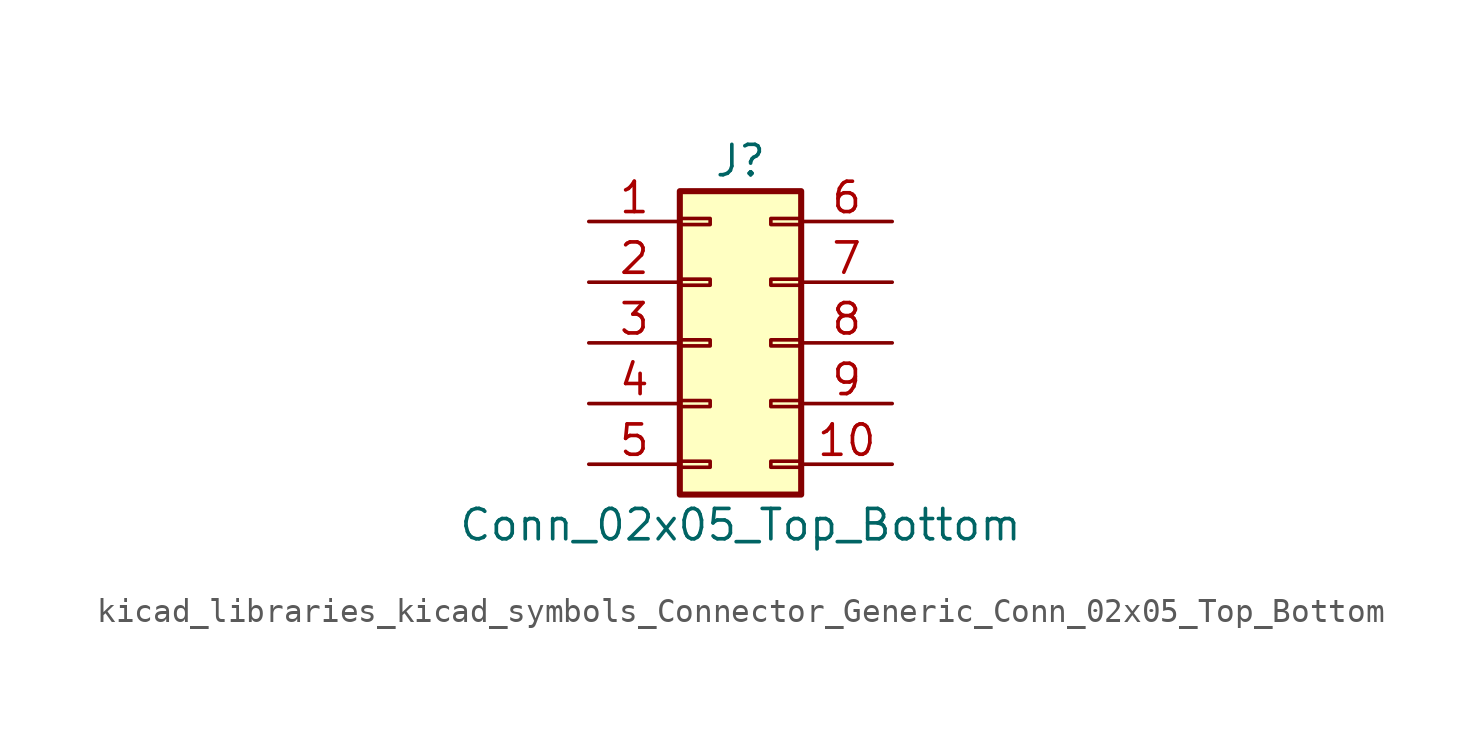
<source format=kicad_sym>
(kicad_symbol_lib
  (version 20220914)
  (generator kicad_symbol_editor)
  (symbol "kicad_libraries_kicad_symbols_Connector_Generic_Conn_02x05_Top_Bottom"
    (pin_names
      (offset 1.016) hide)
    (property "Reference" "J"
      (at 1.27 7.62 0)
      (effects (font (size 1.27 1.27))))
    (property "Value" "Conn_02x05_Top_Bottom"
      (at 1.27 -7.62 0)
      (effects (font (size 1.27 1.27))))
    (symbol "kicad_libraries_kicad_symbols_Connector_Generic_Conn_02x05_Top_Bottom_1_1"
      (rectangle (start -1.27 -4.953) (end 0 -5.207) (stroke (width 0.152) (type default)) (fill (type none)))
      (rectangle (start -1.27 -2.413) (end 0 -2.667) (stroke (width 0.152) (type default)) (fill (type none)))
      (rectangle (start -1.27 0.127) (end 0 -0.127) (stroke (width 0.152) (type default)) (fill (type none)))
      (rectangle (start -1.27 2.667) (end 0 2.413) (stroke (width 0.152) (type default)) (fill (type none)))
      (rectangle (start -1.27 5.207) (end 0 4.953) (stroke (width 0.152) (type default)) (fill (type none)))
      (rectangle (start -1.27 6.35) (end 3.81 -6.35) (stroke (width 0.254) (type default)) (fill (type background)))
      (rectangle (start 3.81 -4.953) (end 2.54 -5.207) (stroke (width 0.152) (type default)) (fill (type none)))
      (rectangle (start 3.81 -2.413) (end 2.54 -2.667) (stroke (width 0.152) (type default)) (fill (type none)))
      (rectangle (start 3.81 0.127) (end 2.54 -0.127) (stroke (width 0.152) (type default)) (fill (type none)))
      (rectangle (start 3.81 2.667) (end 2.54 2.413) (stroke (width 0.152) (type default)) (fill (type none)))
      (rectangle (start 3.81 5.207) (end 2.54 4.953) (stroke (width 0.152) (type default)) (fill (type none)))
      (pin passive line (at -5.08 5.08 0) (length 3.81) (name "Pin_1" (effects (font (size 1.27 1.27)))) (number "1" (effects (font (size 1.27 1.27)))))
      (pin passive line (at 7.62 -5.08 180) (length 3.81) (name "Pin_10" (effects (font (size 1.27 1.27)))) (number "10" (effects (font (size 1.27 1.27)))))
      (pin passive line (at -5.08 2.54 0) (length 3.81) (name "Pin_2" (effects (font (size 1.27 1.27)))) (number "2" (effects (font (size 1.27 1.27)))))
      (pin passive line (at -5.08 0 0) (length 3.81) (name "Pin_3" (effects (font (size 1.27 1.27)))) (number "3" (effects (font (size 1.27 1.27)))))
      (pin passive line (at -5.08 -2.54 0) (length 3.81) (name "Pin_4" (effects (font (size 1.27 1.27)))) (number "4" (effects (font (size 1.27 1.27)))))
      (pin passive line (at -5.08 -5.08 0) (length 3.81) (name "Pin_5" (effects (font (size 1.27 1.27)))) (number "5" (effects (font (size 1.27 1.27)))))
      (pin passive line (at 7.62 5.08 180) (length 3.81) (name "Pin_6" (effects (font (size 1.27 1.27)))) (number "6" (effects (font (size 1.27 1.27)))))
      (pin passive line (at 7.62 2.54 180) (length 3.81) (name "Pin_7" (effects (font (size 1.27 1.27)))) (number "7" (effects (font (size 1.27 1.27)))))
      (pin passive line (at 7.62 0 180) (length 3.81) (name "Pin_8" (effects (font (size 1.27 1.27)))) (number "8" (effects (font (size 1.27 1.27)))))
      (pin passive line (at 7.62 -2.54 180) (length 3.81) (name "Pin_9" (effects (font (size 1.27 1.27)))) (number "9" (effects (font (size 1.27 1.27))))))))
</source>
